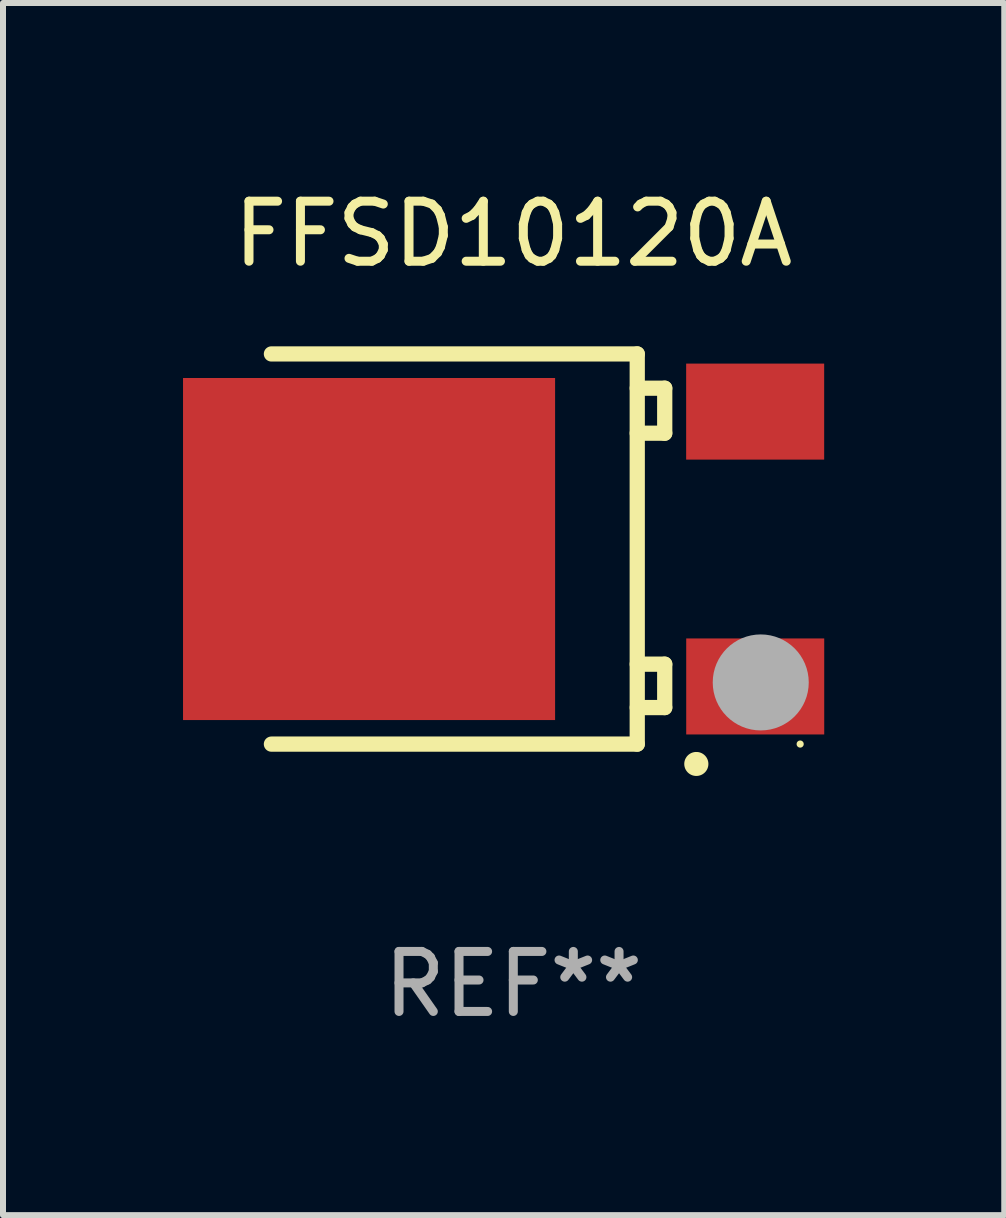
<source format=kicad_pcb>
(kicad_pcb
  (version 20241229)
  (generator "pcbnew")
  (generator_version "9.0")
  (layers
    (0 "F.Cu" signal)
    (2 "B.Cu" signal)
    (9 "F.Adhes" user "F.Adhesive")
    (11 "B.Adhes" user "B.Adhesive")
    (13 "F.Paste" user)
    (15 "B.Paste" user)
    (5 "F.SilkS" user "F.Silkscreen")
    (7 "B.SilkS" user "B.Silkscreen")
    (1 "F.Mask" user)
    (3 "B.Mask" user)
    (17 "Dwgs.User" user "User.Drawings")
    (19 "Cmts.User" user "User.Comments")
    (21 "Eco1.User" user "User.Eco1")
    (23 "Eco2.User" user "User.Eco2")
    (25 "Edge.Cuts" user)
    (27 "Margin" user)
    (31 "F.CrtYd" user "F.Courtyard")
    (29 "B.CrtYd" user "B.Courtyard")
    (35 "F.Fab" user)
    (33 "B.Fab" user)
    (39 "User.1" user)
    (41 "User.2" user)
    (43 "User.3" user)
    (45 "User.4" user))
  (footprint "FFSD10120A"
    (layer "F.Cu")
    (at 5.504 6.099)
    (property "Reference" "FFSD10120A" (at 0 -5.251 0) (layer "F.SilkS") (effects (font (size 1 1) (thickness 0.15))))
    (attr through_hole)
    (fp_line (start -4.031 3.251) (end 2.065 3.251) (stroke (width 0.254) (type solid)) (layer "F.SilkS"))
    (fp_line (start 2.065 -3.251) (end -4.031 -3.251) (stroke (width 0.254) (type solid)) (layer "F.SilkS"))
    (fp_line (start 2.065 -2.68) (end 2.523 -2.68) (stroke (width 0.254) (type solid)) (layer "F.SilkS"))
    (fp_line (start 2.065 1.919) (end 2.523 1.919) (stroke (width 0.254) (type solid)) (layer "F.SilkS"))
    (fp_line (start 2.065 3.251) (end 2.065 -3.251) (stroke (width 0.254) (type solid)) (layer "F.SilkS"))
    (fp_line (start 2.523 -2.68) (end 2.523 -1.93) (stroke (width 0.254) (type solid)) (layer "F.SilkS"))
    (fp_line (start 2.523 -1.93) (end 2.065 -1.93) (stroke (width 0.254) (type solid)) (layer "F.SilkS"))
    (fp_line (start 2.523 1.919) (end 2.523 2.642) (stroke (width 0.254) (type solid)) (layer "F.SilkS"))
    (fp_line (start 2.523 2.642) (end 2.065 2.642) (stroke (width 0.254) (type solid)) (layer "F.SilkS"))
    (fp_arc (start 3.048298 3.581407) (mid 3.049568 3.581403) (end 3.050838 3.581407) (stroke (width 0.4) (type solid)) (layer "F.SilkS"))
    (fp_circle (center 4.78 3.25) (end 4.81 3.25) (stroke (width 0.06) (type solid)) (fill no) (layer "F.SilkS"))
    (fp_circle (center 4.123 2.223) (end 4.523 2.223) (stroke (width 0.8) (type solid)) (fill no) (layer "F.Fab"))
    (fp_text user "REF**" (at 0 7.251 0) (layer "F.Fab") (effects (font (size 1 1) (thickness 0.15))))
    (pad "1" smd rect (at 4.031 2.29) (size 2.3 1.6) (layers "F.Cu" "F.Mask" "F.Paste"))
    (pad "2" smd rect (at -2.404 0) (size 6.2 5.7) (layers "F.Cu" "F.Mask" "F.Paste"))
    (pad "3" smd rect (at 4.03 -2.29) (size 2.3 1.6) (layers "F.Cu" "F.Mask" "F.Paste")))
  (gr_rect
    (start -3 -3)
    (end 13.685 17.199)
    (stroke (width 0.1) (type default))
    (fill no)
    (layer "Edge.Cuts")))
</source>
